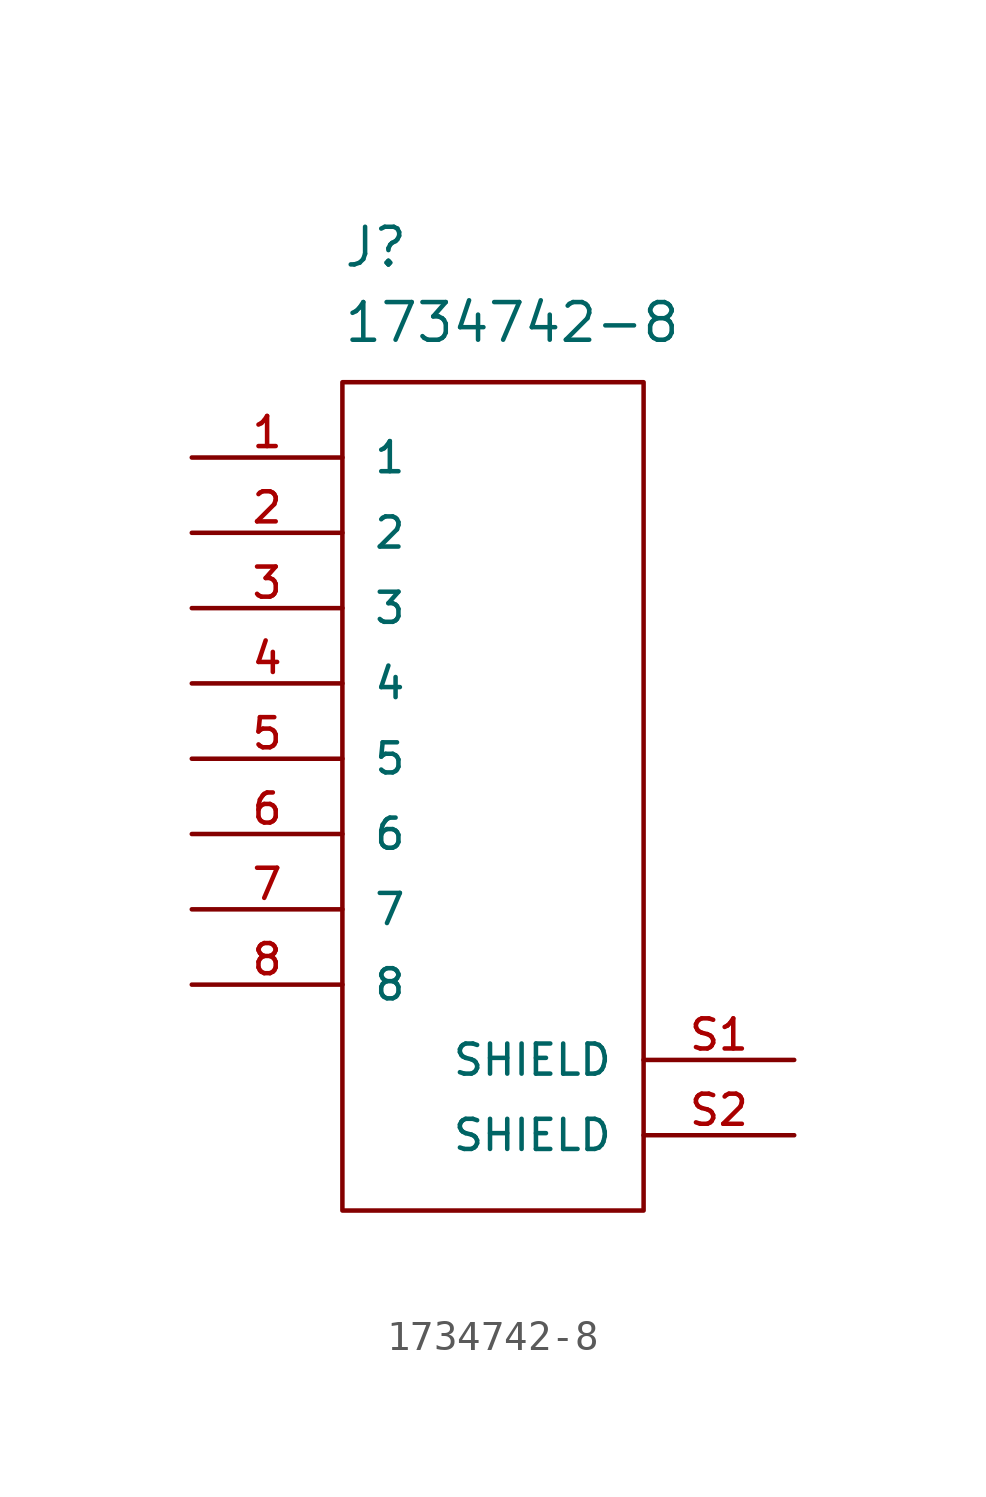
<source format=kicad_sym>
(kicad_symbol_lib
  (version 20220914)
  (generator kicad_symbol_editor)
  (symbol "1734742-8"
    (pin_names
      (offset 1.016))
    (property "Reference" "J"
      (at -5.08 16.51 0)
      (effects (font (size 1.27 1.27)) (justify left bottom)))
    (property "Value" "1734742-8"
      (at -5.08 13.97 0)
      (effects (font (size 1.27 1.27)) (justify left bottom)))
    (symbol "1734742-8_0_0"
      (pin passive line (at -10.16 10.16 0) (length 5.08) (name "1" (effects (font (size 1.016 1.016)))) (number "1" (effects (font (size 1.016 1.016)))))
      (pin passive line (at -10.16 7.62 0) (length 5.08) (name "2" (effects (font (size 1.016 1.016)))) (number "2" (effects (font (size 1.016 1.016)))))
      (pin passive line (at -10.16 5.08 0) (length 5.08) (name "3" (effects (font (size 1.016 1.016)))) (number "3" (effects (font (size 1.016 1.016)))))
      (pin passive line (at -10.16 2.54 0) (length 5.08) (name "4" (effects (font (size 1.016 1.016)))) (number "4" (effects (font (size 1.016 1.016)))))
      (pin passive line (at -10.16 0 0) (length 5.08) (name "5" (effects (font (size 1.016 1.016)))) (number "5" (effects (font (size 1.016 1.016)))))
      (pin passive line (at -10.16 -2.54 0) (length 5.08) (name "6" (effects (font (size 1.016 1.016)))) (number "6" (effects (font (size 1.016 1.016)))))
      (pin passive line (at -10.16 -5.08 0) (length 5.08) (name "7" (effects (font (size 1.016 1.016)))) (number "7" (effects (font (size 1.016 1.016)))))
      (pin passive line (at -10.16 -7.62 0) (length 5.08) (name "8" (effects (font (size 1.016 1.016)))) (number "8" (effects (font (size 1.016 1.016)))))
      (pin passive line (at 10.16 -10.16 180) (length 5.08) (name "SHIELD" (effects (font (size 1.016 1.016)))) (number "S1" (effects (font (size 1.016 1.016)))))
      (pin passive line (at 10.16 -12.7 180) (length 5.08) (name "SHIELD" (effects (font (size 1.016 1.016)))) (number "S2" (effects (font (size 1.016 1.016))))))
    (symbol "1734742-8_1_1"
      (rectangle (start -5.08 12.7) (end 5.08 -15.24) (stroke (width 0) (type solid)) (fill (type none))))))
</source>
